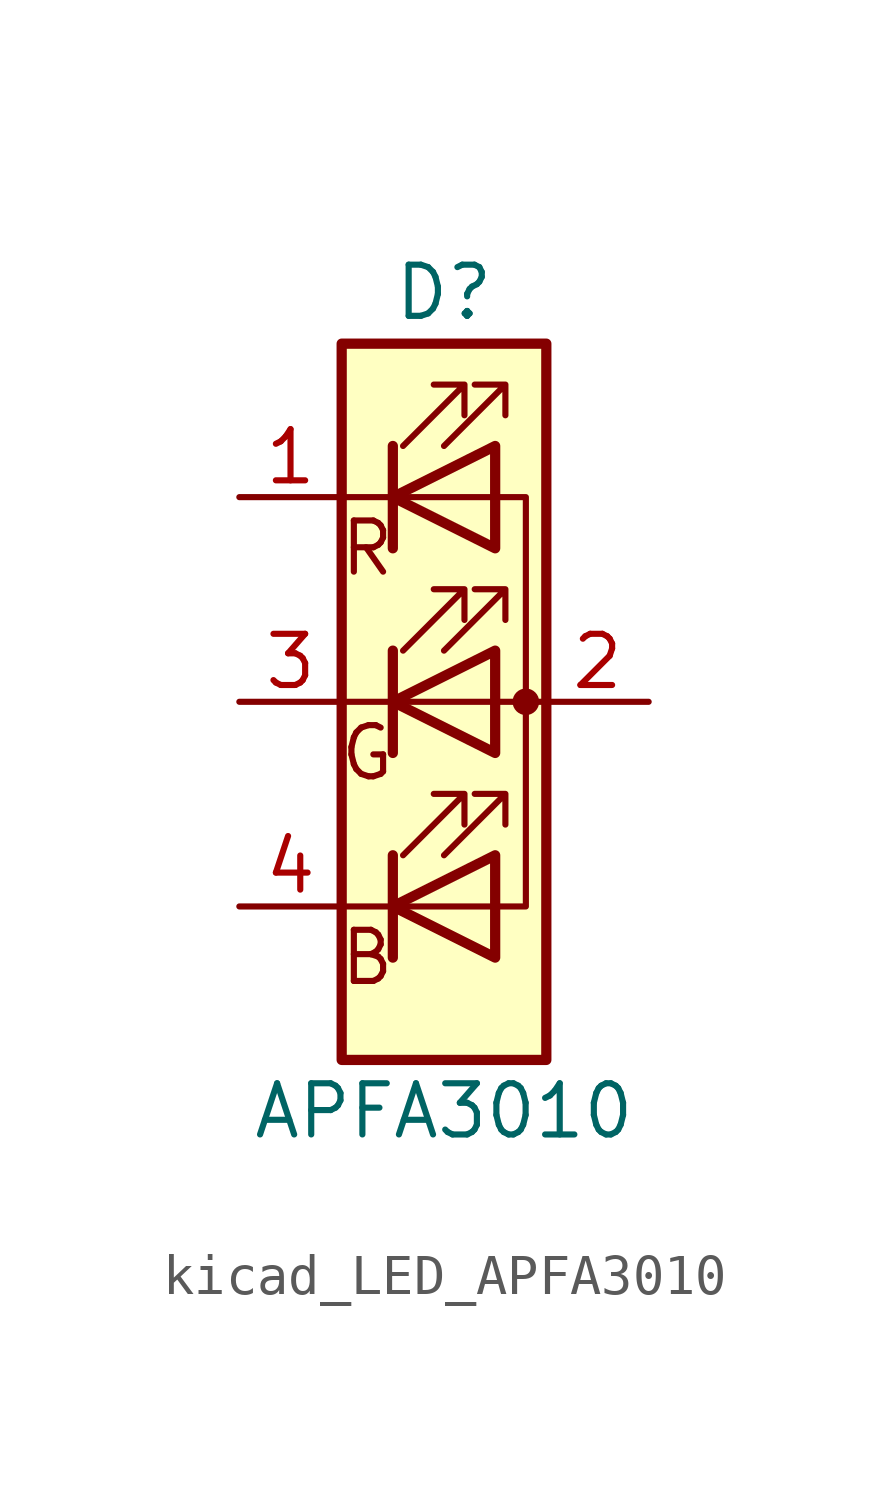
<source format=kicad_sym>
(kicad_symbol_lib
  (version 20220914)
  (generator kicad_symbol_editor)
  (symbol "kicad_LED_APFA3010"
    (pin_names
      (offset 0) hide)
    (property "Reference" "D"
      (at 0 10.16 0)
      (effects (font (size 1.27 1.27))))
    (property "Value" "APFA3010"
      (at 0 -10.16 0)
      (effects (font (size 1.27 1.27))))
    (symbol "kicad_LED_APFA3010_0_0"
      (text "B" (at -1.905 -6.35 0) (effects (font (size 1.27 1.27))))
      (text "G" (at -1.905 -1.27 0) (effects (font (size 1.27 1.27))))
      (text "R" (at -1.905 3.81 0) (effects (font (size 1.27 1.27)))))
    (symbol "kicad_LED_APFA3010_0_1"
      (rectangle (start -2.54 -8.89) (end 2.54 8.89) (stroke (width 0.254) (type default)) (fill (type background)))
      (polyline (pts (xy -2.54 -5.08) (xy 1.27 -5.08)) (stroke (width 0) (type default)) (fill (type none)))
      (polyline (pts (xy -1.27 -3.81) (xy -1.27 -6.35)) (stroke (width 0.254) (type default)) (fill (type none)))
      (polyline (pts (xy -1.27 1.27) (xy -1.27 -1.27)) (stroke (width 0.254) (type default)) (fill (type none)))
      (polyline (pts (xy -1.27 6.35) (xy -1.27 3.81)) (stroke (width 0.254) (type default)) (fill (type none)))
      (polyline (pts (xy 1.27 5.08) (xy -2.54 5.08)) (stroke (width 0) (type default)) (fill (type none)))
      (polyline (pts (xy 2.54 0) (xy -2.54 0)) (stroke (width 0) (type default)) (fill (type none)))
      (polyline (pts (xy 1.27 -5.08) (xy 2.032 -5.08) (xy 2.032 5.08) (xy 1.27 5.08)) (stroke (width 0) (type default)) (fill (type none)))
      (polyline (pts (xy 1.27 -3.81) (xy 1.27 -6.35) (xy -1.27 -5.08) (xy 1.27 -3.81)) (stroke (width 0.254) (type default)) (fill (type none)))
      (polyline (pts (xy 1.27 1.27) (xy 1.27 -1.27) (xy -1.27 0) (xy 1.27 1.27)) (stroke (width 0.254) (type default)) (fill (type none)))
      (polyline (pts (xy 1.27 6.35) (xy 1.27 3.81) (xy -1.27 5.08) (xy 1.27 6.35)) (stroke (width 0.254) (type default)) (fill (type none)))
      (polyline (pts (xy -1.016 -3.81) (xy 0.508 -2.286) (xy -0.254 -2.286) (xy 0.508 -2.286) (xy 0.508 -3.048)) (stroke (width 0) (type default)) (fill (type none)))
      (polyline (pts (xy -1.016 1.27) (xy 0.508 2.794) (xy -0.254 2.794) (xy 0.508 2.794) (xy 0.508 2.032)) (stroke (width 0) (type default)) (fill (type none)))
      (polyline (pts (xy -1.016 6.35) (xy 0.508 7.874) (xy -0.254 7.874) (xy 0.508 7.874) (xy 0.508 7.112)) (stroke (width 0) (type default)) (fill (type none)))
      (polyline (pts (xy 0 -3.81) (xy 1.524 -2.286) (xy 0.762 -2.286) (xy 1.524 -2.286) (xy 1.524 -3.048)) (stroke (width 0) (type default)) (fill (type none)))
      (polyline (pts (xy 0 1.27) (xy 1.524 2.794) (xy 0.762 2.794) (xy 1.524 2.794) (xy 1.524 2.032)) (stroke (width 0) (type default)) (fill (type none)))
      (polyline (pts (xy 0 6.35) (xy 1.524 7.874) (xy 0.762 7.874) (xy 1.524 7.874) (xy 1.524 7.112)) (stroke (width 0) (type default)) (fill (type none)))
      (rectangle (start 1.27 6.35) (end 1.27 6.35) (stroke (width 0) (type default)) (fill (type none)))
      (circle (center 2.032 0) (radius 0.254) (stroke (width 0) (type default)) (fill (type outline))))
    (symbol "kicad_LED_APFA3010_1_1"
      (pin input line (at -5.08 5.08 0) (length 2.54) (name "R" (effects (font (size 1.27 1.27)))) (number "1" (effects (font (size 1.27 1.27)))))
      (pin power_in line (at 5.08 0 180) (length 2.54) (name "A" (effects (font (size 1.27 1.27)))) (number "2" (effects (font (size 1.27 1.27)))))
      (pin input line (at -5.08 0 0) (length 2.54) (name "G" (effects (font (size 1.27 1.27)))) (number "3" (effects (font (size 1.27 1.27)))))
      (pin input line (at -5.08 -5.08 0) (length 2.54) (name "B" (effects (font (size 1.27 1.27)))) (number "4" (effects (font (size 1.27 1.27))))))))
</source>
